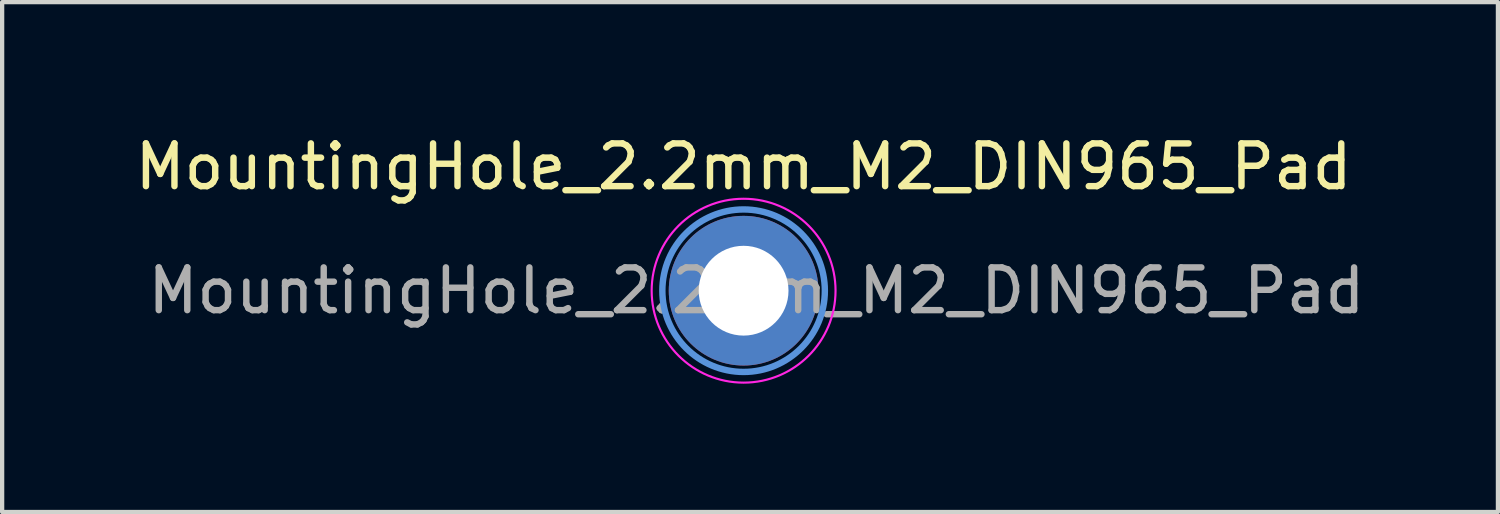
<source format=kicad_pcb>
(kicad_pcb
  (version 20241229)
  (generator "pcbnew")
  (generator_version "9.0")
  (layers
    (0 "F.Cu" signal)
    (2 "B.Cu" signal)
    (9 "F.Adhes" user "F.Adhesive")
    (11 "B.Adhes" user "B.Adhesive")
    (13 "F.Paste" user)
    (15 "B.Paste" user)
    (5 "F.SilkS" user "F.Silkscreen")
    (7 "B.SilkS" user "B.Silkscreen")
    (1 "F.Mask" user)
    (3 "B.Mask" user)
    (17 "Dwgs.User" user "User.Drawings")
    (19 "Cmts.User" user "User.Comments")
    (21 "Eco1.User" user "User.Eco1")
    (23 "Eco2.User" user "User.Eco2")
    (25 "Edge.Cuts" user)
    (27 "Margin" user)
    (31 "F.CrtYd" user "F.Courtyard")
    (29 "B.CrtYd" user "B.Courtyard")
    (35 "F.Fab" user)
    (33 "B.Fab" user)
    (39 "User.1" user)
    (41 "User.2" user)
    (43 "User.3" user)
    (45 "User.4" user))
  (footprint "MountingHole_2.2mm_M2_DIN965_Pad"
    (layer "F.Cu")
    (at 14.339 3.748)
    (property "Reference" "MountingHole_2.2mm_M2_DIN965_Pad" (at 0 -2.9 0) (layer "F.SilkS") (effects (font (size 1 1) (thickness 0.15))))
    (attr exclude_from_pos_files exclude_from_bom)
    (fp_circle (center 0 0) (end 1.9 0) (stroke (width 0.15) (type solid)) (fill no) (layer "Cmts.User"))
    (fp_circle (center 0 0) (end 2.15 0) (stroke (width 0.05) (type solid)) (fill no) (layer "F.CrtYd"))
    (fp_text user "${REFERENCE}" (at 0.3 0 0) (layer "F.Fab") (effects (font (size 1 1) (thickness 0.15))))
    (pad "1" thru_hole circle (at 0 0) (size 3.5 3.5) (drill 2.1) (layers "*.Cu" "*.Mask")))
  (gr_rect
    (start -3 -3)
    (end 31.979 8.923)
    (stroke (width 0.1) (type default))
    (fill no)
    (layer "Edge.Cuts")))
</source>
